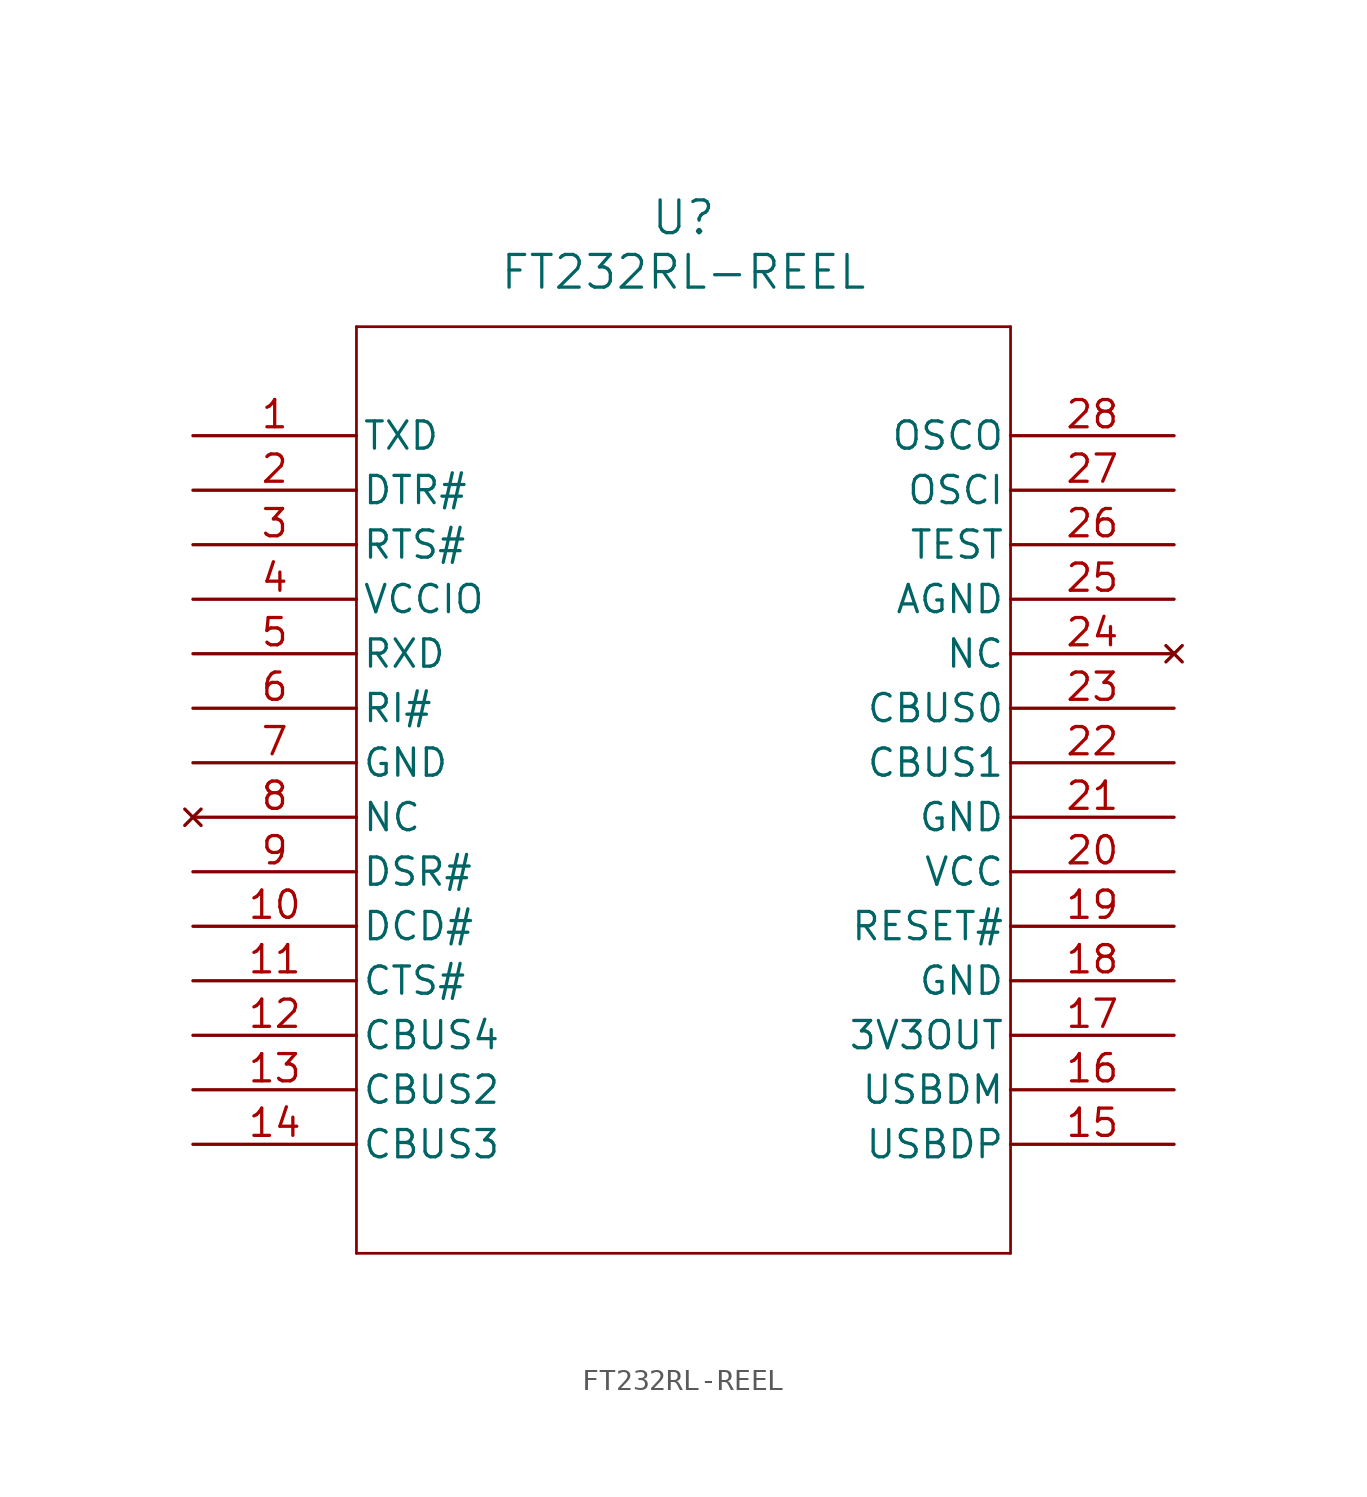
<source format=kicad_sym>
(kicad_symbol_lib
  (version 20211014)
  (generator kicad_symbol_editor)
  (symbol "FT232RL-REEL"
    (pin_names
      (offset 0.254))
    (property "Reference" "U"
      (at 22.86 10.16 0)
      (effects (font (size 1.524 1.524))))
    (property "Value" "FT232RL-REEL"
      (at 22.86 7.62 0)
      (effects (font (size 1.524 1.524))))
    (symbol "FT232RL-REEL_0_1"
      (polyline (pts (xy 7.62 5.08) (xy 7.62 -38.1)) (stroke (width 0.127) (type default) (color 0 0 0 0)) (fill (type none)))
      (polyline (pts (xy 7.62 -38.1) (xy 38.1 -38.1)) (stroke (width 0.127) (type default) (color 0 0 0 0)) (fill (type none)))
      (polyline (pts (xy 38.1 -38.1) (xy 38.1 5.08)) (stroke (width 0.127) (type default) (color 0 0 0 0)) (fill (type none)))
      (polyline (pts (xy 38.1 5.08) (xy 7.62 5.08)) (stroke (width 0.127) (type default) (color 0 0 0 0)) (fill (type none)))
      (pin unspecified line (at 0 0 0) (length 7.62) (name "TXD" (effects (font (size 1.27 1.27)))) (number "1" (effects (font (size 1.27 1.27)))))
      (pin unspecified line (at 0 -2.54 0) (length 7.62) (name "DTR#" (effects (font (size 1.27 1.27)))) (number "2" (effects (font (size 1.27 1.27)))))
      (pin unspecified line (at 0 -5.08 0) (length 7.62) (name "RTS#" (effects (font (size 1.27 1.27)))) (number "3" (effects (font (size 1.27 1.27)))))
      (pin power_in line (at 0 -7.62 0) (length 7.62) (name "VCCIO" (effects (font (size 1.27 1.27)))) (number "4" (effects (font (size 1.27 1.27)))))
      (pin unspecified line (at 0 -10.16 0) (length 7.62) (name "RXD" (effects (font (size 1.27 1.27)))) (number "5" (effects (font (size 1.27 1.27)))))
      (pin unspecified line (at 0 -12.7 0) (length 7.62) (name "RI#" (effects (font (size 1.27 1.27)))) (number "6" (effects (font (size 1.27 1.27)))))
      (pin power_out line (at 0 -15.24 0) (length 7.62) (name "GND" (effects (font (size 1.27 1.27)))) (number "7" (effects (font (size 1.27 1.27)))))
      (pin no_connect line (at 0 -17.78 0) (length 7.62) (name "NC" (effects (font (size 1.27 1.27)))) (number "8" (effects (font (size 1.27 1.27)))))
      (pin unspecified line (at 0 -20.32 0) (length 7.62) (name "DSR#" (effects (font (size 1.27 1.27)))) (number "9" (effects (font (size 1.27 1.27)))))
      (pin unspecified line (at 0 -22.86 0) (length 7.62) (name "DCD#" (effects (font (size 1.27 1.27)))) (number "10" (effects (font (size 1.27 1.27)))))
      (pin unspecified line (at 0 -25.4 0) (length 7.62) (name "CTS#" (effects (font (size 1.27 1.27)))) (number "11" (effects (font (size 1.27 1.27)))))
      (pin bidirectional line (at 0 -27.94 0) (length 7.62) (name "CBUS4" (effects (font (size 1.27 1.27)))) (number "12" (effects (font (size 1.27 1.27)))))
      (pin bidirectional line (at 0 -30.48 0) (length 7.62) (name "CBUS2" (effects (font (size 1.27 1.27)))) (number "13" (effects (font (size 1.27 1.27)))))
      (pin bidirectional line (at 0 -33.02 0) (length 7.62) (name "CBUS3" (effects (font (size 1.27 1.27)))) (number "14" (effects (font (size 1.27 1.27)))))
      (pin unspecified line (at 45.72 -33.02 180) (length 7.62) (name "USBDP" (effects (font (size 1.27 1.27)))) (number "15" (effects (font (size 1.27 1.27)))))
      (pin unspecified line (at 45.72 -30.48 180) (length 7.62) (name "USBDM" (effects (font (size 1.27 1.27)))) (number "16" (effects (font (size 1.27 1.27)))))
      (pin output line (at 45.72 -27.94 180) (length 7.62) (name "3V3OUT" (effects (font (size 1.27 1.27)))) (number "17" (effects (font (size 1.27 1.27)))))
      (pin power_out line (at 45.72 -25.4 180) (length 7.62) (name "GND" (effects (font (size 1.27 1.27)))) (number "18" (effects (font (size 1.27 1.27)))))
      (pin unspecified line (at 45.72 -22.86 180) (length 7.62) (name "RESET#" (effects (font (size 1.27 1.27)))) (number "19" (effects (font (size 1.27 1.27)))))
      (pin power_in line (at 45.72 -20.32 180) (length 7.62) (name "VCC" (effects (font (size 1.27 1.27)))) (number "20" (effects (font (size 1.27 1.27)))))
      (pin power_out line (at 45.72 -17.78 180) (length 7.62) (name "GND" (effects (font (size 1.27 1.27)))) (number "21" (effects (font (size 1.27 1.27)))))
      (pin bidirectional line (at 45.72 -15.24 180) (length 7.62) (name "CBUS1" (effects (font (size 1.27 1.27)))) (number "22" (effects (font (size 1.27 1.27)))))
      (pin bidirectional line (at 45.72 -12.7 180) (length 7.62) (name "CBUS0" (effects (font (size 1.27 1.27)))) (number "23" (effects (font (size 1.27 1.27)))))
      (pin no_connect line (at 45.72 -10.16 180) (length 7.62) (name "NC" (effects (font (size 1.27 1.27)))) (number "24" (effects (font (size 1.27 1.27)))))
      (pin power_out line (at 45.72 -7.62 180) (length 7.62) (name "AGND" (effects (font (size 1.27 1.27)))) (number "25" (effects (font (size 1.27 1.27)))))
      (pin unspecified line (at 45.72 -5.08 180) (length 7.62) (name "TEST" (effects (font (size 1.27 1.27)))) (number "26" (effects (font (size 1.27 1.27)))))
      (pin unspecified line (at 45.72 -2.54 180) (length 7.62) (name "OSCI" (effects (font (size 1.27 1.27)))) (number "27" (effects (font (size 1.27 1.27)))))
      (pin unspecified line (at 45.72 0 180) (length 7.62) (name "OSCO" (effects (font (size 1.27 1.27)))) (number "28" (effects (font (size 1.27 1.27))))))))
</source>
